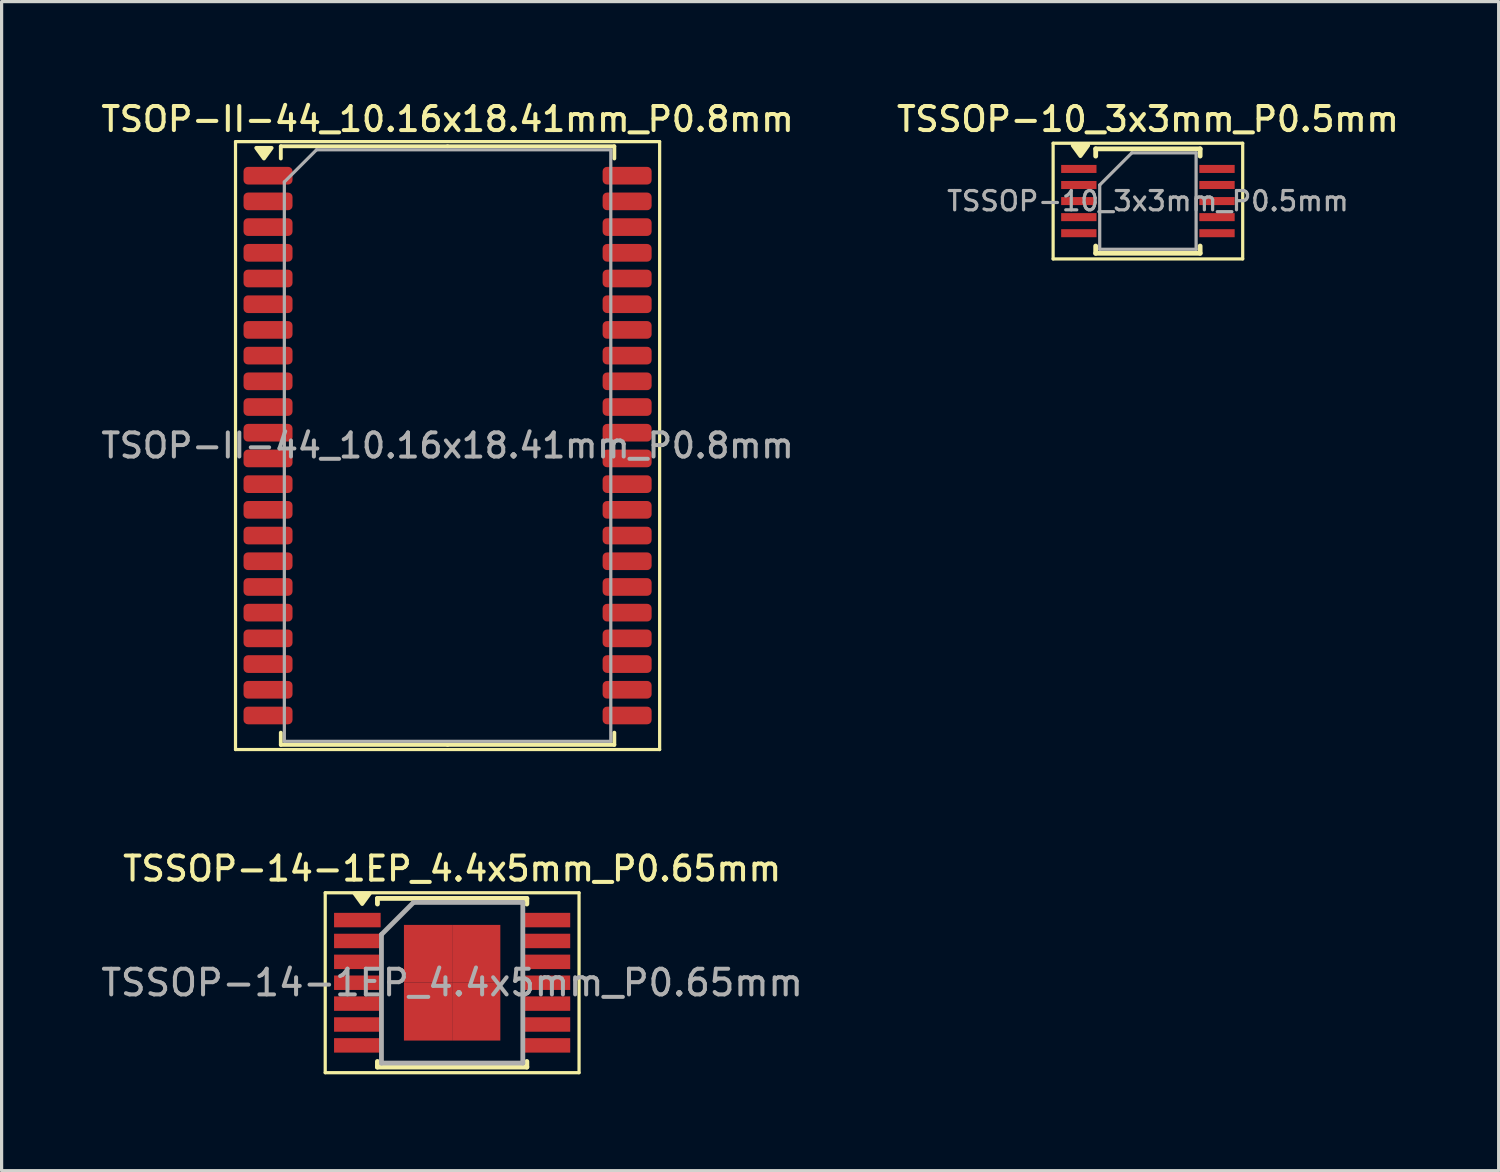
<source format=kicad_pcb>
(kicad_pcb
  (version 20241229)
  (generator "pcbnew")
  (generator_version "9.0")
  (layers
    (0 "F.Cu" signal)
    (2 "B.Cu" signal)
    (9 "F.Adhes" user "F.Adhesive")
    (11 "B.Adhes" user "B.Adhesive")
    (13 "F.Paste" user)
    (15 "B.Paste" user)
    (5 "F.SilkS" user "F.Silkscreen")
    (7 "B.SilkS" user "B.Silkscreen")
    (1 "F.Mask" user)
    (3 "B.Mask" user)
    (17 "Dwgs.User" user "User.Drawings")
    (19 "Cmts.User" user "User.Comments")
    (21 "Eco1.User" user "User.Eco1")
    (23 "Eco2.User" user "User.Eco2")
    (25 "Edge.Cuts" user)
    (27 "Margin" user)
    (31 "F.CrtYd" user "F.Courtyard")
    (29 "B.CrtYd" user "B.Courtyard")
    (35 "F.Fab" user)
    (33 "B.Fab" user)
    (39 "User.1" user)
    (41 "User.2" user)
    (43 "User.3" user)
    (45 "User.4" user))
  (footprint "TSSOP-14-1EP_4.4x5mm_P0.65mm"
    (layer "F.Cu")
    (at 11.022 27.536)
    (property "Reference" "TSSOP-14-1EP_4.4x5mm_P0.65mm" (at 0 -3.55 0) (layer "F.SilkS") (effects (font (size 0.75 0.75) (thickness 0.125))))
    (attr smd)
    (fp_line (start -3.95 -2.8) (end -3.95 2.8) (stroke (width 0.1) (type solid)) (layer "F.SilkS"))
    (fp_line (start -3.95 -2.8) (end 3.95 -2.8) (stroke (width 0.1) (type solid)) (layer "F.SilkS"))
    (fp_line (start -3.95 2.8) (end 3.95 2.8) (stroke (width 0.1) (type solid)) (layer "F.SilkS"))
    (fp_line (start -2.325 -2.625) (end -2.325 -2.45) (stroke (width 0.15) (type solid)) (layer "F.SilkS"))
    (fp_line (start -2.325 -2.625) (end 2.325 -2.625) (stroke (width 0.15) (type solid)) (layer "F.SilkS"))
    (fp_line (start -2.325 2.625) (end -2.325 2.45) (stroke (width 0.15) (type solid)) (layer "F.SilkS"))
    (fp_line (start -2.325 2.625) (end 2.325 2.625) (stroke (width 0.15) (type solid)) (layer "F.SilkS"))
    (fp_line (start 2.325 -2.625) (end 2.325 -2.45) (stroke (width 0.15) (type solid)) (layer "F.SilkS"))
    (fp_line (start 2.325 2.625) (end 2.325 2.45) (stroke (width 0.15) (type solid)) (layer "F.SilkS"))
    (fp_line (start 3.95 -2.8) (end 3.95 2.8) (stroke (width 0.1) (type solid)) (layer "F.SilkS"))
    (fp_poly (pts (xy -2.8 -2.45) (xy -3.04 -2.78) (xy -2.56 -2.78) (xy -2.8 -2.45)) (stroke (width 0.12) (type solid)) (fill yes) (layer "F.SilkS"))
    (fp_line (start -2.2 -1.5) (end -1.2 -2.5) (stroke (width 0.15) (type solid)) (layer "F.Fab"))
    (fp_line (start -2.2 2.5) (end -2.2 -1.5) (stroke (width 0.15) (type solid)) (layer "F.Fab"))
    (fp_line (start -1.2 -2.5) (end 2.2 -2.5) (stroke (width 0.15) (type solid)) (layer "F.Fab"))
    (fp_line (start 2.2 -2.5) (end 2.2 2.5) (stroke (width 0.15) (type solid)) (layer "F.Fab"))
    (fp_line (start 2.2 2.5) (end -2.2 2.5) (stroke (width 0.15) (type solid)) (layer "F.Fab"))
    (fp_text user "${REFERENCE}" (at 0 0 0) (layer "F.Fab") (effects (font (size 0.8 0.8) (thickness 0.125))))
    (pad "1" smd rect (at -2.95 -1.95) (size 1.45 0.45) (layers "F.Cu" "F.Mask" "F.Paste"))
    (pad "2" smd rect (at -2.95 -1.3) (size 1.45 0.45) (layers "F.Cu" "F.Mask" "F.Paste"))
    (pad "3" smd rect (at -2.95 -0.65) (size 1.45 0.45) (layers "F.Cu" "F.Mask" "F.Paste"))
    (pad "4" smd rect (at -2.95 0) (size 1.45 0.45) (layers "F.Cu" "F.Mask" "F.Paste"))
    (pad "5" smd rect (at -2.95 0.65) (size 1.45 0.45) (layers "F.Cu" "F.Mask" "F.Paste"))
    (pad "6" smd rect (at -2.95 1.3) (size 1.45 0.45) (layers "F.Cu" "F.Mask" "F.Paste"))
    (pad "7" smd rect (at -2.95 1.95) (size 1.45 0.45) (layers "F.Cu" "F.Mask" "F.Paste"))
    (pad "8" smd rect (at 2.95 1.95) (size 1.45 0.45) (layers "F.Cu" "F.Mask" "F.Paste"))
    (pad "9" smd rect (at 2.95 1.3) (size 1.45 0.45) (layers "F.Cu" "F.Mask" "F.Paste"))
    (pad "10" smd rect (at 2.95 0.65) (size 1.45 0.45) (layers "F.Cu" "F.Mask" "F.Paste"))
    (pad "11" smd rect (at 2.95 0) (size 1.45 0.45) (layers "F.Cu" "F.Mask" "F.Paste"))
    (pad "12" smd rect (at 2.95 -0.65) (size 1.45 0.45) (layers "F.Cu" "F.Mask" "F.Paste"))
    (pad "13" smd rect (at 2.95 -1.3) (size 1.45 0.45) (layers "F.Cu" "F.Mask" "F.Paste"))
    (pad "14" smd rect (at 2.95 -1.95) (size 1.45 0.45) (layers "F.Cu" "F.Mask" "F.Paste"))
    (pad "15" smd rect (at -0.75 -0.9) (size 1.5 1.8) (layers "F.Cu" "F.Mask" "F.Paste"))
    (pad "15" smd rect (at -0.75 0.9) (size 1.5 1.8) (layers "F.Cu" "F.Mask" "F.Paste"))
    (pad "15" smd rect (at 0.75 -0.9) (size 1.5 1.8) (layers "F.Cu" "F.Mask" "F.Paste"))
    (pad "15" smd rect (at 0.75 0.9) (size 1.5 1.8) (layers "F.Cu" "F.Mask" "F.Paste")))
  (footprint "TSOP-II-44_10.16x18.41mm_P0.8mm"
    (layer "F.Cu")
    (at 10.88 10.818)
    (property "Reference" "TSOP-II-44_10.16x18.41mm_P0.8mm" (at 0 -10.16 0) (layer "F.SilkS") (effects (font (size 0.75 0.75) (thickness 0.125))))
    (attr smd)
    (fp_line (start -6.6 -9.46) (end -6.6 9.46) (stroke (width 0.1) (type solid)) (layer "F.SilkS"))
    (fp_line (start -6.6 9.46) (end 6.6 9.46) (stroke (width 0.1) (type solid)) (layer "F.SilkS"))
    (fp_line (start -5.19 -9.315) (end -5.19 -8.935) (stroke (width 0.12) (type solid)) (layer "F.SilkS"))
    (fp_line (start -5.19 9.315) (end -5.19 8.935) (stroke (width 0.12) (type solid)) (layer "F.SilkS"))
    (fp_line (start 0 -9.315) (end -5.19 -9.315) (stroke (width 0.12) (type solid)) (layer "F.SilkS"))
    (fp_line (start 0 -9.315) (end 5.19 -9.315) (stroke (width 0.12) (type solid)) (layer "F.SilkS"))
    (fp_line (start 0 9.315) (end -5.19 9.315) (stroke (width 0.12) (type solid)) (layer "F.SilkS"))
    (fp_line (start 0 9.315) (end 5.19 9.315) (stroke (width 0.12) (type solid)) (layer "F.SilkS"))
    (fp_line (start 5.19 -9.315) (end 5.19 -8.935) (stroke (width 0.12) (type solid)) (layer "F.SilkS"))
    (fp_line (start 5.19 9.315) (end 5.19 8.935) (stroke (width 0.12) (type solid)) (layer "F.SilkS"))
    (fp_line (start 6.6 -9.46) (end -6.6 -9.46) (stroke (width 0.1) (type solid)) (layer "F.SilkS"))
    (fp_line (start 6.6 9.46) (end 6.6 -9.46) (stroke (width 0.1) (type solid)) (layer "F.SilkS"))
    (fp_poly (pts (xy -5.715 -8.935) (xy -5.955 -9.265) (xy -5.475 -9.265) (xy -5.715 -8.935)) (stroke (width 0.12) (type solid)) (fill yes) (layer "F.SilkS"))
    (fp_line (start -5.08 -8.205) (end -4.08 -9.205) (stroke (width 0.1) (type solid)) (layer "F.Fab"))
    (fp_line (start -5.08 9.205) (end -5.08 -8.205) (stroke (width 0.1) (type solid)) (layer "F.Fab"))
    (fp_line (start -4.08 -9.205) (end 5.08 -9.205) (stroke (width 0.1) (type solid)) (layer "F.Fab"))
    (fp_line (start 5.08 -9.205) (end 5.08 9.205) (stroke (width 0.1) (type solid)) (layer "F.Fab"))
    (fp_line (start 5.08 9.205) (end -5.08 9.205) (stroke (width 0.1) (type solid)) (layer "F.Fab"))
    (fp_text user "${REFERENCE}" (at 0 0 0) (layer "F.Fab") (effects (font (size 0.75 0.75) (thickness 0.125))))
    (pad "1" smd roundrect (at -5.588 -8.4) (size 1.525 0.55) (layers "F.Cu" "F.Mask" "F.Paste") (roundrect_rratio 0.25))
    (pad "2" smd roundrect (at -5.588 -7.6) (size 1.525 0.55) (layers "F.Cu" "F.Mask" "F.Paste") (roundrect_rratio 0.25))
    (pad "3" smd roundrect (at -5.588 -6.8) (size 1.525 0.55) (layers "F.Cu" "F.Mask" "F.Paste") (roundrect_rratio 0.25))
    (pad "4" smd roundrect (at -5.588 -6) (size 1.525 0.55) (layers "F.Cu" "F.Mask" "F.Paste") (roundrect_rratio 0.25))
    (pad "5" smd roundrect (at -5.588 -5.2) (size 1.525 0.55) (layers "F.Cu" "F.Mask" "F.Paste") (roundrect_rratio 0.25))
    (pad "6" smd roundrect (at -5.588 -4.4) (size 1.525 0.55) (layers "F.Cu" "F.Mask" "F.Paste") (roundrect_rratio 0.25))
    (pad "7" smd roundrect (at -5.588 -3.6) (size 1.525 0.55) (layers "F.Cu" "F.Mask" "F.Paste") (roundrect_rratio 0.25))
    (pad "8" smd roundrect (at -5.588 -2.8) (size 1.525 0.55) (layers "F.Cu" "F.Mask" "F.Paste") (roundrect_rratio 0.25))
    (pad "9" smd roundrect (at -5.588 -2) (size 1.525 0.55) (layers "F.Cu" "F.Mask" "F.Paste") (roundrect_rratio 0.25))
    (pad "10" smd roundrect (at -5.588 -1.2) (size 1.525 0.55) (layers "F.Cu" "F.Mask" "F.Paste") (roundrect_rratio 0.25))
    (pad "11" smd roundrect (at -5.588 -0.4) (size 1.525 0.55) (layers "F.Cu" "F.Mask" "F.Paste") (roundrect_rratio 0.25))
    (pad "12" smd roundrect (at -5.588 0.4) (size 1.525 0.55) (layers "F.Cu" "F.Mask" "F.Paste") (roundrect_rratio 0.25))
    (pad "13" smd roundrect (at -5.588 1.2) (size 1.525 0.55) (layers "F.Cu" "F.Mask" "F.Paste") (roundrect_rratio 0.25))
    (pad "14" smd roundrect (at -5.588 2) (size 1.525 0.55) (layers "F.Cu" "F.Mask" "F.Paste") (roundrect_rratio 0.25))
    (pad "15" smd roundrect (at -5.588 2.8) (size 1.525 0.55) (layers "F.Cu" "F.Mask" "F.Paste") (roundrect_rratio 0.25))
    (pad "16" smd roundrect (at -5.588 3.6) (size 1.525 0.55) (layers "F.Cu" "F.Mask" "F.Paste") (roundrect_rratio 0.25))
    (pad "17" smd roundrect (at -5.588 4.4) (size 1.525 0.55) (layers "F.Cu" "F.Mask" "F.Paste") (roundrect_rratio 0.25))
    (pad "18" smd roundrect (at -5.588 5.2) (size 1.525 0.55) (layers "F.Cu" "F.Mask" "F.Paste") (roundrect_rratio 0.25))
    (pad "19" smd roundrect (at -5.588 6) (size 1.525 0.55) (layers "F.Cu" "F.Mask" "F.Paste") (roundrect_rratio 0.25))
    (pad "20" smd roundrect (at -5.588 6.8) (size 1.525 0.55) (layers "F.Cu" "F.Mask" "F.Paste") (roundrect_rratio 0.25))
    (pad "21" smd roundrect (at -5.588 7.6) (size 1.525 0.55) (layers "F.Cu" "F.Mask" "F.Paste") (roundrect_rratio 0.25))
    (pad "22" smd roundrect (at -5.588 8.4) (size 1.525 0.55) (layers "F.Cu" "F.Mask" "F.Paste") (roundrect_rratio 0.25))
    (pad "23" smd roundrect (at 5.588 8.4) (size 1.525 0.55) (layers "F.Cu" "F.Mask" "F.Paste") (roundrect_rratio 0.25))
    (pad "24" smd roundrect (at 5.588 7.6) (size 1.525 0.55) (layers "F.Cu" "F.Mask" "F.Paste") (roundrect_rratio 0.25))
    (pad "25" smd roundrect (at 5.588 6.8) (size 1.525 0.55) (layers "F.Cu" "F.Mask" "F.Paste") (roundrect_rratio 0.25))
    (pad "26" smd roundrect (at 5.588 6) (size 1.525 0.55) (layers "F.Cu" "F.Mask" "F.Paste") (roundrect_rratio 0.25))
    (pad "27" smd roundrect (at 5.588 5.2) (size 1.525 0.55) (layers "F.Cu" "F.Mask" "F.Paste") (roundrect_rratio 0.25))
    (pad "28" smd roundrect (at 5.588 4.4) (size 1.525 0.55) (layers "F.Cu" "F.Mask" "F.Paste") (roundrect_rratio 0.25))
    (pad "29" smd roundrect (at 5.588 3.6) (size 1.525 0.55) (layers "F.Cu" "F.Mask" "F.Paste") (roundrect_rratio 0.25))
    (pad "30" smd roundrect (at 5.588 2.8) (size 1.525 0.55) (layers "F.Cu" "F.Mask" "F.Paste") (roundrect_rratio 0.25))
    (pad "31" smd roundrect (at 5.588 2) (size 1.525 0.55) (layers "F.Cu" "F.Mask" "F.Paste") (roundrect_rratio 0.25))
    (pad "32" smd roundrect (at 5.588 1.2) (size 1.525 0.55) (layers "F.Cu" "F.Mask" "F.Paste") (roundrect_rratio 0.25))
    (pad "33" smd roundrect (at 5.588 0.4) (size 1.525 0.55) (layers "F.Cu" "F.Mask" "F.Paste") (roundrect_rratio 0.25))
    (pad "34" smd roundrect (at 5.588 -0.4) (size 1.525 0.55) (layers "F.Cu" "F.Mask" "F.Paste") (roundrect_rratio 0.25))
    (pad "35" smd roundrect (at 5.588 -1.2) (size 1.525 0.55) (layers "F.Cu" "F.Mask" "F.Paste") (roundrect_rratio 0.25))
    (pad "36" smd roundrect (at 5.588 -2) (size 1.525 0.55) (layers "F.Cu" "F.Mask" "F.Paste") (roundrect_rratio 0.25))
    (pad "37" smd roundrect (at 5.588 -2.8) (size 1.525 0.55) (layers "F.Cu" "F.Mask" "F.Paste") (roundrect_rratio 0.25))
    (pad "38" smd roundrect (at 5.588 -3.6) (size 1.525 0.55) (layers "F.Cu" "F.Mask" "F.Paste") (roundrect_rratio 0.25))
    (pad "39" smd roundrect (at 5.588 -4.4) (size 1.525 0.55) (layers "F.Cu" "F.Mask" "F.Paste") (roundrect_rratio 0.25))
    (pad "40" smd roundrect (at 5.588 -5.2) (size 1.525 0.55) (layers "F.Cu" "F.Mask" "F.Paste") (roundrect_rratio 0.25))
    (pad "41" smd roundrect (at 5.588 -6) (size 1.525 0.55) (layers "F.Cu" "F.Mask" "F.Paste") (roundrect_rratio 0.25))
    (pad "42" smd roundrect (at 5.588 -6.8) (size 1.525 0.55) (layers "F.Cu" "F.Mask" "F.Paste") (roundrect_rratio 0.25))
    (pad "43" smd roundrect (at 5.588 -7.6) (size 1.525 0.55) (layers "F.Cu" "F.Mask" "F.Paste") (roundrect_rratio 0.25))
    (pad "44" smd roundrect (at 5.588 -8.4) (size 1.525 0.55) (layers "F.Cu" "F.Mask" "F.Paste") (roundrect_rratio 0.25)))
  (footprint "TSSOP-10_3x3mm_P0.5mm"
    (layer "F.Cu")
    (at 32.677 3.208)
    (property "Reference" "TSSOP-10_3x3mm_P0.5mm" (at 0 -2.55 0) (layer "F.SilkS") (effects (font (size 0.75 0.75) (thickness 0.125))))
    (attr smd)
    (fp_line (start -2.95 -1.8) (end -2.95 1.8) (stroke (width 0.1) (type solid)) (layer "F.SilkS"))
    (fp_line (start -2.95 -1.8) (end 2.95 -1.8) (stroke (width 0.1) (type solid)) (layer "F.SilkS"))
    (fp_line (start -2.95 1.8) (end 2.95 1.8) (stroke (width 0.1) (type solid)) (layer "F.SilkS"))
    (fp_line (start -1.625 -1.625) (end -1.625 -1.4) (stroke (width 0.15) (type solid)) (layer "F.SilkS"))
    (fp_line (start -1.625 -1.625) (end 1.625 -1.625) (stroke (width 0.15) (type solid)) (layer "F.SilkS"))
    (fp_line (start -1.625 1.625) (end -1.625 1.4) (stroke (width 0.15) (type solid)) (layer "F.SilkS"))
    (fp_line (start -1.625 1.625) (end 1.625 1.625) (stroke (width 0.15) (type solid)) (layer "F.SilkS"))
    (fp_line (start 1.625 -1.625) (end 1.625 -1.4) (stroke (width 0.15) (type solid)) (layer "F.SilkS"))
    (fp_line (start 1.625 1.625) (end 1.625 1.4) (stroke (width 0.15) (type solid)) (layer "F.SilkS"))
    (fp_line (start 2.95 -1.8) (end 2.95 1.8) (stroke (width 0.1) (type solid)) (layer "F.SilkS"))
    (fp_poly (pts (xy -2.1 -1.4) (xy -2.34 -1.73) (xy -1.86 -1.73) (xy -2.1 -1.4)) (stroke (width 0.12) (type solid)) (fill yes) (layer "F.SilkS"))
    (fp_line (start -1.5 -0.5) (end -0.5 -1.5) (stroke (width 0.1) (type solid)) (layer "F.Fab"))
    (fp_line (start -1.5 1.5) (end -1.5 -0.5) (stroke (width 0.1) (type solid)) (layer "F.Fab"))
    (fp_line (start -0.5 -1.5) (end 1.5 -1.5) (stroke (width 0.1) (type solid)) (layer "F.Fab"))
    (fp_line (start 1.5 -1.5) (end 1.5 1.5) (stroke (width 0.1) (type solid)) (layer "F.Fab"))
    (fp_line (start 1.5 1.5) (end -1.5 1.5) (stroke (width 0.1) (type solid)) (layer "F.Fab"))
    (fp_text user "${REFERENCE}" (at 0 0 0) (layer "F.Fab") (effects (font (size 0.6 0.6) (thickness 0.1))))
    (pad "1" smd rect (at -2.15 -1) (size 1.1 0.25) (layers "F.Cu" "F.Mask" "F.Paste"))
    (pad "2" smd rect (at -2.15 -0.5) (size 1.1 0.25) (layers "F.Cu" "F.Mask" "F.Paste"))
    (pad "3" smd rect (at -2.15 0) (size 1.1 0.25) (layers "F.Cu" "F.Mask" "F.Paste"))
    (pad "4" smd rect (at -2.15 0.5) (size 1.1 0.25) (layers "F.Cu" "F.Mask" "F.Paste"))
    (pad "5" smd rect (at -2.15 1) (size 1.1 0.25) (layers "F.Cu" "F.Mask" "F.Paste"))
    (pad "6" smd rect (at 2.15 1) (size 1.1 0.25) (layers "F.Cu" "F.Mask" "F.Paste"))
    (pad "7" smd rect (at 2.15 0.5) (size 1.1 0.25) (layers "F.Cu" "F.Mask" "F.Paste"))
    (pad "8" smd rect (at 2.15 0) (size 1.1 0.25) (layers "F.Cu" "F.Mask" "F.Paste"))
    (pad "9" smd rect (at 2.15 -0.5) (size 1.1 0.25) (layers "F.Cu" "F.Mask" "F.Paste"))
    (pad "10" smd rect (at 2.15 -1) (size 1.1 0.25) (layers "F.Cu" "F.Mask" "F.Paste")))
  (gr_rect
    (start -3 -3)
    (end 43.593 33.386)
    (stroke (width 0.1) (type default))
    (fill no)
    (layer "Edge.Cuts")))
</source>
